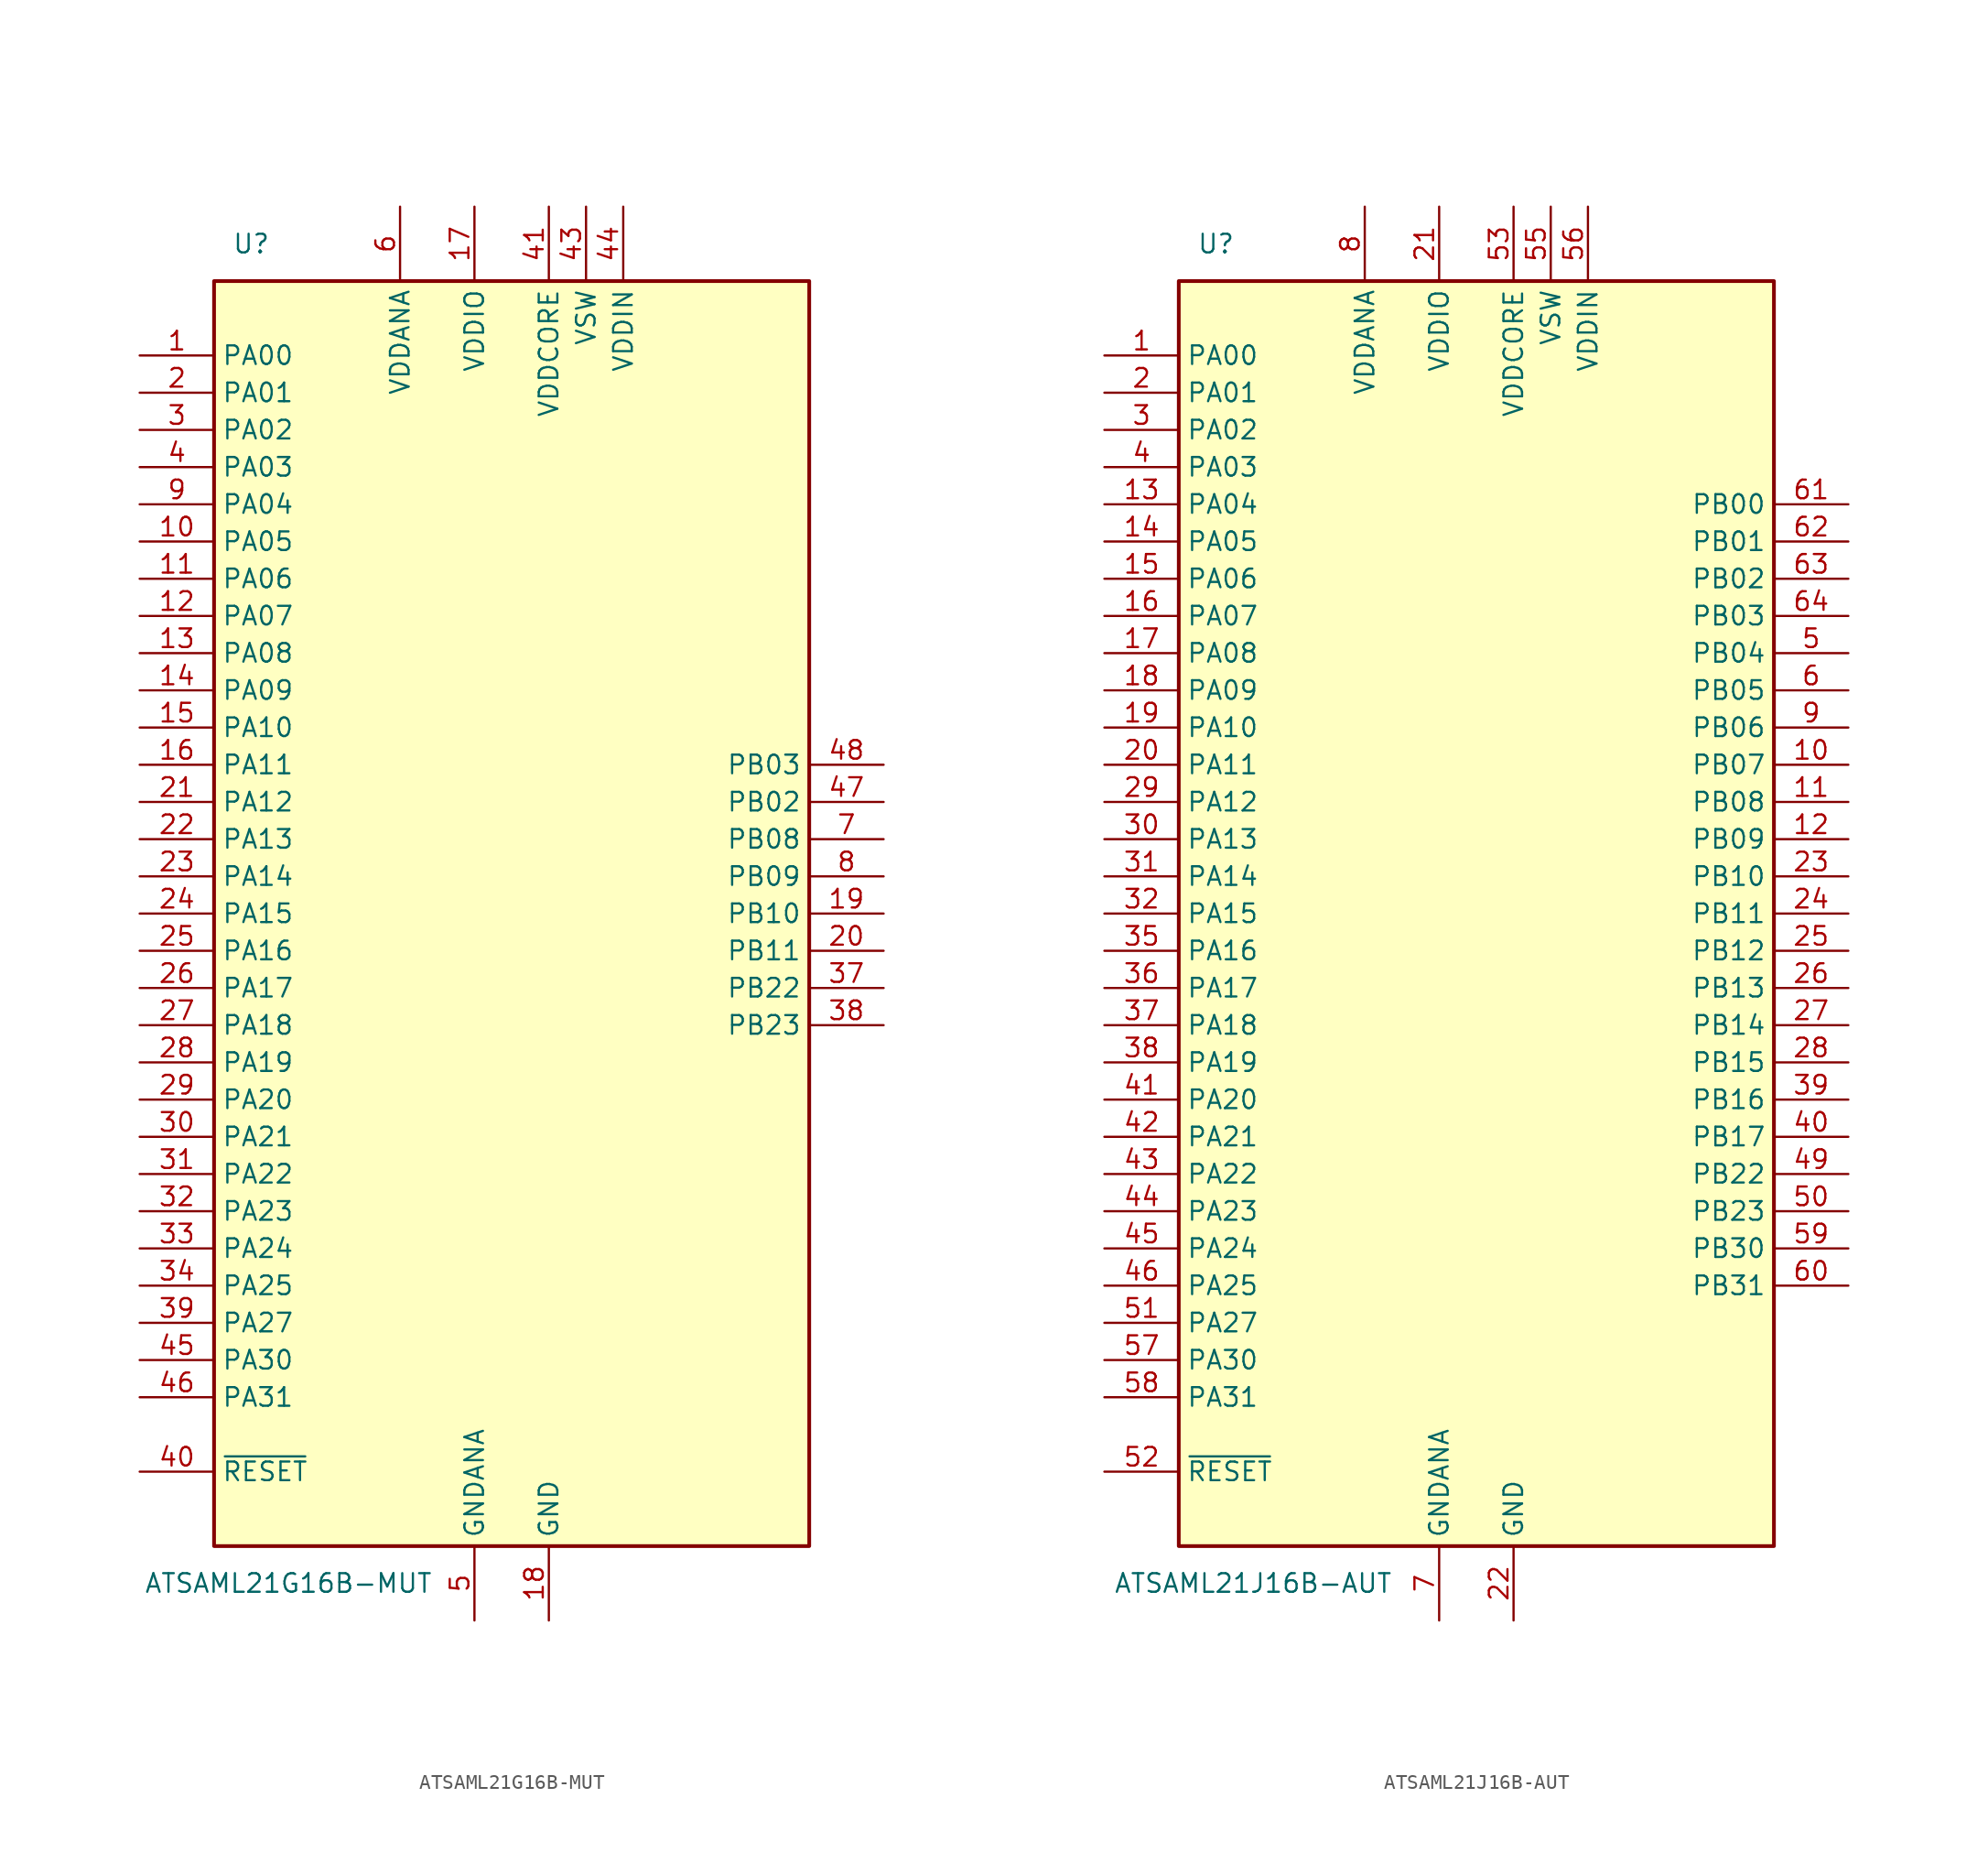
<source format=kicad_sym>
(kicad_symbol_lib
  (version 20201005)
  (generator kicad_symbol_editor)
  (symbol "ATSAML21G16B-MUT"
    (property "Reference" "U"
      (at -17.78 45.72 0)
      (effects (font (size 1.27 1.27))))
    (property "Value" "ATSAML21G16B-MUT"
      (at -15.24 -45.72 0)
      (effects (font (size 1.27 1.27))))
    (symbol "ATSAML21G16B-MUT_0_1"
      (rectangle (start -20.32 43.18) (end 20.32 -43.18) (stroke (width 0.254)) (fill (type background))))
    (symbol "ATSAML21G16B-MUT_1_1"
      (pin bidirectional line (at -25.4 38.1 0) (length 5.08) (name "PA00" (effects (font (size 1.27 1.27)))) (number "1" (effects (font (size 1.27 1.27)))))
      (pin bidirectional line (at -25.4 25.4 0) (length 5.08) (name "PA05" (effects (font (size 1.27 1.27)))) (number "10" (effects (font (size 1.27 1.27)))))
      (pin bidirectional line (at -25.4 22.86 0) (length 5.08) (name "PA06" (effects (font (size 1.27 1.27)))) (number "11" (effects (font (size 1.27 1.27)))))
      (pin bidirectional line (at -25.4 20.32 0) (length 5.08) (name "PA07" (effects (font (size 1.27 1.27)))) (number "12" (effects (font (size 1.27 1.27)))))
      (pin bidirectional line (at -25.4 17.78 0) (length 5.08) (name "PA08" (effects (font (size 1.27 1.27)))) (number "13" (effects (font (size 1.27 1.27)))))
      (pin bidirectional line (at -25.4 15.24 0) (length 5.08) (name "PA09" (effects (font (size 1.27 1.27)))) (number "14" (effects (font (size 1.27 1.27)))))
      (pin bidirectional line (at -25.4 12.7 0) (length 5.08) (name "PA10" (effects (font (size 1.27 1.27)))) (number "15" (effects (font (size 1.27 1.27)))))
      (pin bidirectional line (at -25.4 10.16 0) (length 5.08) (name "PA11" (effects (font (size 1.27 1.27)))) (number "16" (effects (font (size 1.27 1.27)))))
      (pin power_in line (at -2.54 48.26 270) (length 5.08) (name "VDDIO" (effects (font (size 1.27 1.27)))) (number "17" (effects (font (size 1.27 1.27)))))
      (pin power_in line (at 2.54 -48.26 90) (length 5.08) (name "GND" (effects (font (size 1.27 1.27)))) (number "18" (effects (font (size 1.27 1.27)))))
      (pin bidirectional line (at 25.4 0 180) (length 5.08) (name "PB10" (effects (font (size 1.27 1.27)))) (number "19" (effects (font (size 1.27 1.27)))))
      (pin bidirectional line (at -25.4 35.56 0) (length 5.08) (name "PA01" (effects (font (size 1.27 1.27)))) (number "2" (effects (font (size 1.27 1.27)))))
      (pin bidirectional line (at 25.4 -2.54 180) (length 5.08) (name "PB11" (effects (font (size 1.27 1.27)))) (number "20" (effects (font (size 1.27 1.27)))))
      (pin bidirectional line (at -25.4 7.62 0) (length 5.08) (name "PA12" (effects (font (size 1.27 1.27)))) (number "21" (effects (font (size 1.27 1.27)))))
      (pin bidirectional line (at -25.4 5.08 0) (length 5.08) (name "PA13" (effects (font (size 1.27 1.27)))) (number "22" (effects (font (size 1.27 1.27)))))
      (pin bidirectional line (at -25.4 2.54 0) (length 5.08) (name "PA14" (effects (font (size 1.27 1.27)))) (number "23" (effects (font (size 1.27 1.27)))))
      (pin bidirectional line (at -25.4 0 0) (length 5.08) (name "PA15" (effects (font (size 1.27 1.27)))) (number "24" (effects (font (size 1.27 1.27)))))
      (pin bidirectional line (at -25.4 -2.54 0) (length 5.08) (name "PA16" (effects (font (size 1.27 1.27)))) (number "25" (effects (font (size 1.27 1.27)))))
      (pin bidirectional line (at -25.4 -5.08 0) (length 5.08) (name "PA17" (effects (font (size 1.27 1.27)))) (number "26" (effects (font (size 1.27 1.27)))))
      (pin bidirectional line (at -25.4 -7.62 0) (length 5.08) (name "PA18" (effects (font (size 1.27 1.27)))) (number "27" (effects (font (size 1.27 1.27)))))
      (pin bidirectional line (at -25.4 -10.16 0) (length 5.08) (name "PA19" (effects (font (size 1.27 1.27)))) (number "28" (effects (font (size 1.27 1.27)))))
      (pin bidirectional line (at -25.4 -12.7 0) (length 5.08) (name "PA20" (effects (font (size 1.27 1.27)))) (number "29" (effects (font (size 1.27 1.27)))))
      (pin bidirectional line (at -25.4 33.02 0) (length 5.08) (name "PA02" (effects (font (size 1.27 1.27)))) (number "3" (effects (font (size 1.27 1.27)))))
      (pin bidirectional line (at -25.4 -15.24 0) (length 5.08) (name "PA21" (effects (font (size 1.27 1.27)))) (number "30" (effects (font (size 1.27 1.27)))))
      (pin bidirectional line (at -25.4 -17.78 0) (length 5.08) (name "PA22" (effects (font (size 1.27 1.27)))) (number "31" (effects (font (size 1.27 1.27)))))
      (pin bidirectional line (at -25.4 -20.32 0) (length 5.08) (name "PA23" (effects (font (size 1.27 1.27)))) (number "32" (effects (font (size 1.27 1.27)))))
      (pin bidirectional line (at -25.4 -22.86 0) (length 5.08) (name "PA24" (effects (font (size 1.27 1.27)))) (number "33" (effects (font (size 1.27 1.27)))))
      (pin bidirectional line (at -25.4 -25.4 0) (length 5.08) (name "PA25" (effects (font (size 1.27 1.27)))) (number "34" (effects (font (size 1.27 1.27)))))
      (pin passive line (at 2.54 -48.26 90) (length 5.08) hide (name "GND" (effects (font (size 1.27 1.27)))) (number "35" (effects (font (size 1.27 1.27)))))
      (pin passive line (at -2.54 48.26 270) (length 5.08) hide (name "VDDIO" (effects (font (size 1.27 1.27)))) (number "36" (effects (font (size 1.27 1.27)))))
      (pin bidirectional line (at 25.4 -5.08 180) (length 5.08) (name "PB22" (effects (font (size 1.27 1.27)))) (number "37" (effects (font (size 1.27 1.27)))))
      (pin bidirectional line (at 25.4 -7.62 180) (length 5.08) (name "PB23" (effects (font (size 1.27 1.27)))) (number "38" (effects (font (size 1.27 1.27)))))
      (pin bidirectional line (at -25.4 -27.94 0) (length 5.08) (name "PA27" (effects (font (size 1.27 1.27)))) (number "39" (effects (font (size 1.27 1.27)))))
      (pin bidirectional line (at -25.4 30.48 0) (length 5.08) (name "PA03" (effects (font (size 1.27 1.27)))) (number "4" (effects (font (size 1.27 1.27)))))
      (pin input line (at -25.4 -38.1 0) (length 5.08) (name "~RESET" (effects (font (size 1.27 1.27)))) (number "40" (effects (font (size 1.27 1.27)))))
      (pin power_in line (at 2.54 48.26 270) (length 5.08) (name "VDDCORE" (effects (font (size 1.27 1.27)))) (number "41" (effects (font (size 1.27 1.27)))))
      (pin passive line (at 2.54 -48.26 90) (length 5.08) hide (name "GND" (effects (font (size 1.27 1.27)))) (number "42" (effects (font (size 1.27 1.27)))))
      (pin power_out line (at 5.08 48.26 270) (length 5.08) (name "VSW" (effects (font (size 1.27 1.27)))) (number "43" (effects (font (size 1.27 1.27)))))
      (pin power_in line (at 7.62 48.26 270) (length 5.08) (name "VDDIN" (effects (font (size 1.27 1.27)))) (number "44" (effects (font (size 1.27 1.27)))))
      (pin bidirectional line (at -25.4 -30.48 0) (length 5.08) (name "PA30" (effects (font (size 1.27 1.27)))) (number "45" (effects (font (size 1.27 1.27)))))
      (pin bidirectional line (at -25.4 -33.02 0) (length 5.08) (name "PA31" (effects (font (size 1.27 1.27)))) (number "46" (effects (font (size 1.27 1.27)))))
      (pin bidirectional line (at 25.4 7.62 180) (length 5.08) (name "PB02" (effects (font (size 1.27 1.27)))) (number "47" (effects (font (size 1.27 1.27)))))
      (pin bidirectional line (at 25.4 10.16 180) (length 5.08) (name "PB03" (effects (font (size 1.27 1.27)))) (number "48" (effects (font (size 1.27 1.27)))))
      (pin power_in line (at -2.54 -48.26 90) (length 5.08) (name "GNDANA" (effects (font (size 1.27 1.27)))) (number "5" (effects (font (size 1.27 1.27)))))
      (pin power_in line (at -7.62 48.26 270) (length 5.08) (name "VDDANA" (effects (font (size 1.27 1.27)))) (number "6" (effects (font (size 1.27 1.27)))))
      (pin bidirectional line (at 25.4 5.08 180) (length 5.08) (name "PB08" (effects (font (size 1.27 1.27)))) (number "7" (effects (font (size 1.27 1.27)))))
      (pin bidirectional line (at 25.4 2.54 180) (length 5.08) (name "PB09" (effects (font (size 1.27 1.27)))) (number "8" (effects (font (size 1.27 1.27)))))
      (pin bidirectional line (at -25.4 27.94 0) (length 5.08) (name "PA04" (effects (font (size 1.27 1.27)))) (number "9" (effects (font (size 1.27 1.27)))))))
  (symbol "ATSAML21J16B-AUT"
    (property "Reference" "U"
      (at -17.78 45.72 0)
      (effects (font (size 1.27 1.27))))
    (property "Value" "ATSAML21J16B-AUT"
      (at -15.24 -45.72 0)
      (effects (font (size 1.27 1.27))))
    (symbol "ATSAML21J16B-AUT_0_1"
      (rectangle (start -20.32 43.18) (end 20.32 -43.18) (stroke (width 0.254)) (fill (type background))))
    (symbol "ATSAML21J16B-AUT_1_1"
      (pin bidirectional line (at -25.4 38.1 0) (length 5.08) (name "PA00" (effects (font (size 1.27 1.27)))) (number "1" (effects (font (size 1.27 1.27)))))
      (pin bidirectional line (at 25.4 10.16 180) (length 5.08) (name "PB07" (effects (font (size 1.27 1.27)))) (number "10" (effects (font (size 1.27 1.27)))))
      (pin bidirectional line (at 25.4 7.62 180) (length 5.08) (name "PB08" (effects (font (size 1.27 1.27)))) (number "11" (effects (font (size 1.27 1.27)))))
      (pin bidirectional line (at 25.4 5.08 180) (length 5.08) (name "PB09" (effects (font (size 1.27 1.27)))) (number "12" (effects (font (size 1.27 1.27)))))
      (pin bidirectional line (at -25.4 27.94 0) (length 5.08) (name "PA04" (effects (font (size 1.27 1.27)))) (number "13" (effects (font (size 1.27 1.27)))))
      (pin bidirectional line (at -25.4 25.4 0) (length 5.08) (name "PA05" (effects (font (size 1.27 1.27)))) (number "14" (effects (font (size 1.27 1.27)))))
      (pin bidirectional line (at -25.4 22.86 0) (length 5.08) (name "PA06" (effects (font (size 1.27 1.27)))) (number "15" (effects (font (size 1.27 1.27)))))
      (pin bidirectional line (at -25.4 20.32 0) (length 5.08) (name "PA07" (effects (font (size 1.27 1.27)))) (number "16" (effects (font (size 1.27 1.27)))))
      (pin bidirectional line (at -25.4 17.78 0) (length 5.08) (name "PA08" (effects (font (size 1.27 1.27)))) (number "17" (effects (font (size 1.27 1.27)))))
      (pin bidirectional line (at -25.4 15.24 0) (length 5.08) (name "PA09" (effects (font (size 1.27 1.27)))) (number "18" (effects (font (size 1.27 1.27)))))
      (pin bidirectional line (at -25.4 12.7 0) (length 5.08) (name "PA10" (effects (font (size 1.27 1.27)))) (number "19" (effects (font (size 1.27 1.27)))))
      (pin bidirectional line (at -25.4 35.56 0) (length 5.08) (name "PA01" (effects (font (size 1.27 1.27)))) (number "2" (effects (font (size 1.27 1.27)))))
      (pin bidirectional line (at -25.4 10.16 0) (length 5.08) (name "PA11" (effects (font (size 1.27 1.27)))) (number "20" (effects (font (size 1.27 1.27)))))
      (pin power_in line (at -2.54 48.26 270) (length 5.08) (name "VDDIO" (effects (font (size 1.27 1.27)))) (number "21" (effects (font (size 1.27 1.27)))))
      (pin power_in line (at 2.54 -48.26 90) (length 5.08) (name "GND" (effects (font (size 1.27 1.27)))) (number "22" (effects (font (size 1.27 1.27)))))
      (pin bidirectional line (at 25.4 2.54 180) (length 5.08) (name "PB10" (effects (font (size 1.27 1.27)))) (number "23" (effects (font (size 1.27 1.27)))))
      (pin bidirectional line (at 25.4 0 180) (length 5.08) (name "PB11" (effects (font (size 1.27 1.27)))) (number "24" (effects (font (size 1.27 1.27)))))
      (pin bidirectional line (at 25.4 -2.54 180) (length 5.08) (name "PB12" (effects (font (size 1.27 1.27)))) (number "25" (effects (font (size 1.27 1.27)))))
      (pin bidirectional line (at 25.4 -5.08 180) (length 5.08) (name "PB13" (effects (font (size 1.27 1.27)))) (number "26" (effects (font (size 1.27 1.27)))))
      (pin bidirectional line (at 25.4 -7.62 180) (length 5.08) (name "PB14" (effects (font (size 1.27 1.27)))) (number "27" (effects (font (size 1.27 1.27)))))
      (pin bidirectional line (at 25.4 -10.16 180) (length 5.08) (name "PB15" (effects (font (size 1.27 1.27)))) (number "28" (effects (font (size 1.27 1.27)))))
      (pin bidirectional line (at -25.4 7.62 0) (length 5.08) (name "PA12" (effects (font (size 1.27 1.27)))) (number "29" (effects (font (size 1.27 1.27)))))
      (pin bidirectional line (at -25.4 33.02 0) (length 5.08) (name "PA02" (effects (font (size 1.27 1.27)))) (number "3" (effects (font (size 1.27 1.27)))))
      (pin bidirectional line (at -25.4 5.08 0) (length 5.08) (name "PA13" (effects (font (size 1.27 1.27)))) (number "30" (effects (font (size 1.27 1.27)))))
      (pin bidirectional line (at -25.4 2.54 0) (length 5.08) (name "PA14" (effects (font (size 1.27 1.27)))) (number "31" (effects (font (size 1.27 1.27)))))
      (pin bidirectional line (at -25.4 0 0) (length 5.08) (name "PA15" (effects (font (size 1.27 1.27)))) (number "32" (effects (font (size 1.27 1.27)))))
      (pin passive line (at 2.54 -48.26 90) (length 5.08) hide (name "GND" (effects (font (size 1.27 1.27)))) (number "33" (effects (font (size 1.27 1.27)))))
      (pin passive line (at -2.54 48.26 270) (length 5.08) hide (name "VDDIO" (effects (font (size 1.27 1.27)))) (number "34" (effects (font (size 1.27 1.27)))))
      (pin bidirectional line (at -25.4 -2.54 0) (length 5.08) (name "PA16" (effects (font (size 1.27 1.27)))) (number "35" (effects (font (size 1.27 1.27)))))
      (pin bidirectional line (at -25.4 -5.08 0) (length 5.08) (name "PA17" (effects (font (size 1.27 1.27)))) (number "36" (effects (font (size 1.27 1.27)))))
      (pin bidirectional line (at -25.4 -7.62 0) (length 5.08) (name "PA18" (effects (font (size 1.27 1.27)))) (number "37" (effects (font (size 1.27 1.27)))))
      (pin bidirectional line (at -25.4 -10.16 0) (length 5.08) (name "PA19" (effects (font (size 1.27 1.27)))) (number "38" (effects (font (size 1.27 1.27)))))
      (pin bidirectional line (at 25.4 -12.7 180) (length 5.08) (name "PB16" (effects (font (size 1.27 1.27)))) (number "39" (effects (font (size 1.27 1.27)))))
      (pin bidirectional line (at -25.4 30.48 0) (length 5.08) (name "PA03" (effects (font (size 1.27 1.27)))) (number "4" (effects (font (size 1.27 1.27)))))
      (pin bidirectional line (at 25.4 -15.24 180) (length 5.08) (name "PB17" (effects (font (size 1.27 1.27)))) (number "40" (effects (font (size 1.27 1.27)))))
      (pin bidirectional line (at -25.4 -12.7 0) (length 5.08) (name "PA20" (effects (font (size 1.27 1.27)))) (number "41" (effects (font (size 1.27 1.27)))))
      (pin bidirectional line (at -25.4 -15.24 0) (length 5.08) (name "PA21" (effects (font (size 1.27 1.27)))) (number "42" (effects (font (size 1.27 1.27)))))
      (pin bidirectional line (at -25.4 -17.78 0) (length 5.08) (name "PA22" (effects (font (size 1.27 1.27)))) (number "43" (effects (font (size 1.27 1.27)))))
      (pin bidirectional line (at -25.4 -20.32 0) (length 5.08) (name "PA23" (effects (font (size 1.27 1.27)))) (number "44" (effects (font (size 1.27 1.27)))))
      (pin bidirectional line (at -25.4 -22.86 0) (length 5.08) (name "PA24" (effects (font (size 1.27 1.27)))) (number "45" (effects (font (size 1.27 1.27)))))
      (pin bidirectional line (at -25.4 -25.4 0) (length 5.08) (name "PA25" (effects (font (size 1.27 1.27)))) (number "46" (effects (font (size 1.27 1.27)))))
      (pin passive line (at 2.54 -48.26 90) (length 5.08) hide (name "GND" (effects (font (size 1.27 1.27)))) (number "47" (effects (font (size 1.27 1.27)))))
      (pin passive line (at -2.54 48.26 270) (length 5.08) hide (name "VDDIO" (effects (font (size 1.27 1.27)))) (number "48" (effects (font (size 1.27 1.27)))))
      (pin bidirectional line (at 25.4 -17.78 180) (length 5.08) (name "PB22" (effects (font (size 1.27 1.27)))) (number "49" (effects (font (size 1.27 1.27)))))
      (pin bidirectional line (at 25.4 17.78 180) (length 5.08) (name "PB04" (effects (font (size 1.27 1.27)))) (number "5" (effects (font (size 1.27 1.27)))))
      (pin bidirectional line (at 25.4 -20.32 180) (length 5.08) (name "PB23" (effects (font (size 1.27 1.27)))) (number "50" (effects (font (size 1.27 1.27)))))
      (pin bidirectional line (at -25.4 -27.94 0) (length 5.08) (name "PA27" (effects (font (size 1.27 1.27)))) (number "51" (effects (font (size 1.27 1.27)))))
      (pin input line (at -25.4 -38.1 0) (length 5.08) (name "~RESET" (effects (font (size 1.27 1.27)))) (number "52" (effects (font (size 1.27 1.27)))))
      (pin power_in line (at 2.54 48.26 270) (length 5.08) (name "VDDCORE" (effects (font (size 1.27 1.27)))) (number "53" (effects (font (size 1.27 1.27)))))
      (pin passive line (at 2.54 -48.26 90) (length 5.08) hide (name "GND" (effects (font (size 1.27 1.27)))) (number "54" (effects (font (size 1.27 1.27)))))
      (pin power_out line (at 5.08 48.26 270) (length 5.08) (name "VSW" (effects (font (size 1.27 1.27)))) (number "55" (effects (font (size 1.27 1.27)))))
      (pin power_in line (at 7.62 48.26 270) (length 5.08) (name "VDDIN" (effects (font (size 1.27 1.27)))) (number "56" (effects (font (size 1.27 1.27)))))
      (pin bidirectional line (at -25.4 -30.48 0) (length 5.08) (name "PA30" (effects (font (size 1.27 1.27)))) (number "57" (effects (font (size 1.27 1.27)))))
      (pin bidirectional line (at -25.4 -33.02 0) (length 5.08) (name "PA31" (effects (font (size 1.27 1.27)))) (number "58" (effects (font (size 1.27 1.27)))))
      (pin bidirectional line (at 25.4 -22.86 180) (length 5.08) (name "PB30" (effects (font (size 1.27 1.27)))) (number "59" (effects (font (size 1.27 1.27)))))
      (pin bidirectional line (at 25.4 15.24 180) (length 5.08) (name "PB05" (effects (font (size 1.27 1.27)))) (number "6" (effects (font (size 1.27 1.27)))))
      (pin bidirectional line (at 25.4 -25.4 180) (length 5.08) (name "PB31" (effects (font (size 1.27 1.27)))) (number "60" (effects (font (size 1.27 1.27)))))
      (pin bidirectional line (at 25.4 27.94 180) (length 5.08) (name "PB00" (effects (font (size 1.27 1.27)))) (number "61" (effects (font (size 1.27 1.27)))))
      (pin bidirectional line (at 25.4 25.4 180) (length 5.08) (name "PB01" (effects (font (size 1.27 1.27)))) (number "62" (effects (font (size 1.27 1.27)))))
      (pin bidirectional line (at 25.4 22.86 180) (length 5.08) (name "PB02" (effects (font (size 1.27 1.27)))) (number "63" (effects (font (size 1.27 1.27)))))
      (pin bidirectional line (at 25.4 20.32 180) (length 5.08) (name "PB03" (effects (font (size 1.27 1.27)))) (number "64" (effects (font (size 1.27 1.27)))))
      (pin power_in line (at -2.54 -48.26 90) (length 5.08) (name "GNDANA" (effects (font (size 1.27 1.27)))) (number "7" (effects (font (size 1.27 1.27)))))
      (pin power_in line (at -7.62 48.26 270) (length 5.08) (name "VDDANA" (effects (font (size 1.27 1.27)))) (number "8" (effects (font (size 1.27 1.27)))))
      (pin bidirectional line (at 25.4 12.7 180) (length 5.08) (name "PB06" (effects (font (size 1.27 1.27)))) (number "9" (effects (font (size 1.27 1.27))))))))
</source>
